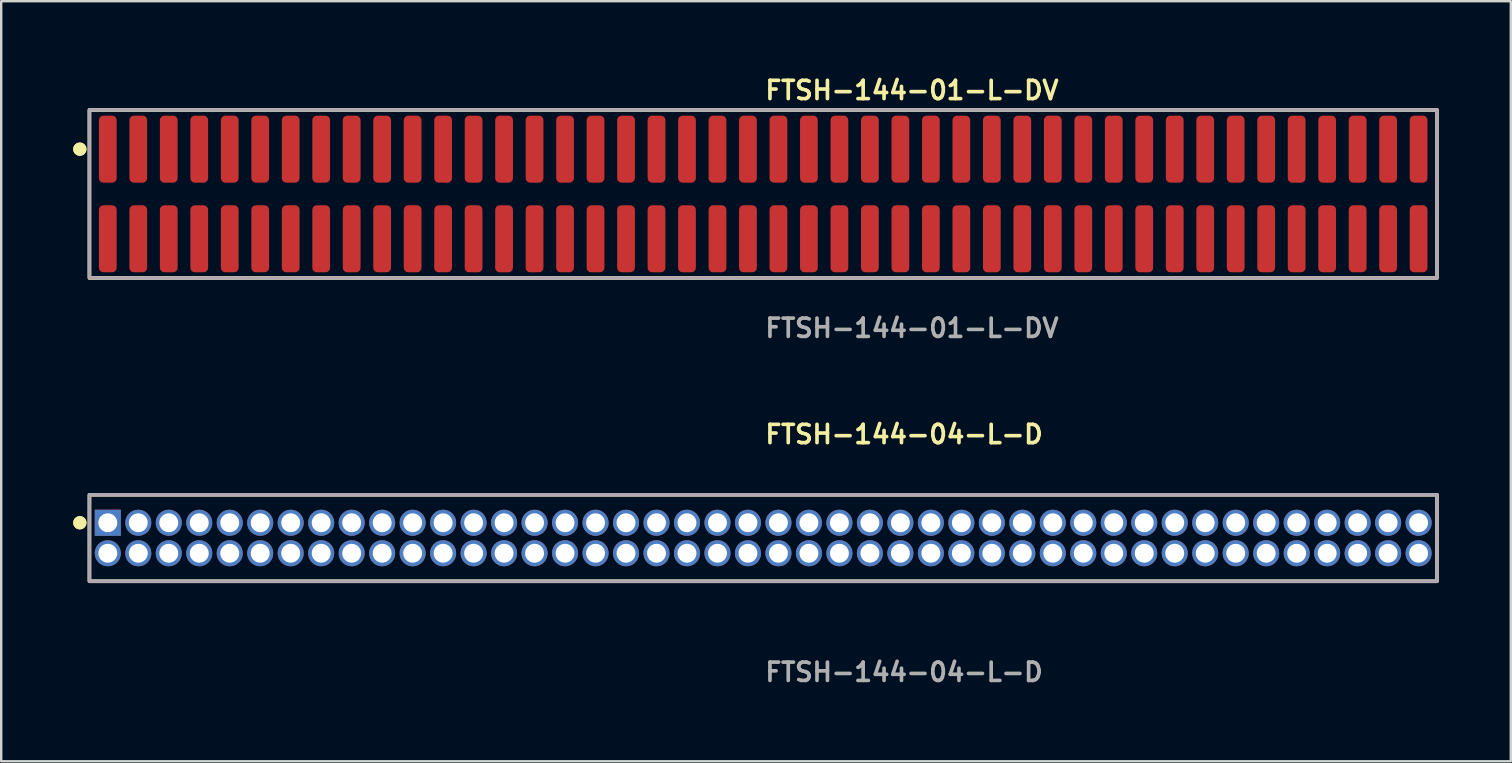
<source format=kicad_pcb>
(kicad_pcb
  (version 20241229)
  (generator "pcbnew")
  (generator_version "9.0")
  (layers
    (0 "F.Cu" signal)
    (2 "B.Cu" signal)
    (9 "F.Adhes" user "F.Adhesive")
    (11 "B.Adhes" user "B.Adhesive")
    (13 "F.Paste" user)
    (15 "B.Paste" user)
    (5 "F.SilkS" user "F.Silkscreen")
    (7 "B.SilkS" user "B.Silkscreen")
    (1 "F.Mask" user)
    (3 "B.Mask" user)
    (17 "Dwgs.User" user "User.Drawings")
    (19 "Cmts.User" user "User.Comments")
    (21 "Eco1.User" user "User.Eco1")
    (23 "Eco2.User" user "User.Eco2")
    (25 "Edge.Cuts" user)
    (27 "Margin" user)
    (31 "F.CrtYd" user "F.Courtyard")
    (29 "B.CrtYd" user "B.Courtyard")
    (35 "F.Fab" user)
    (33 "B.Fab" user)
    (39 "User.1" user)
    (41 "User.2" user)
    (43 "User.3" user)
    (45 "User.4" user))
  (footprint "FTSH-144-01-L-DV"
    (layer "F.Cu")
    (at 28.746 5.031)
    (property "Reference" "FTSH-144-01-L-DV" (at 0 -4.318 0) (unlocked yes) (layer "F.SilkS") (effects (font (size 0.762 0.762) (thickness 0.152)) (justify left)))
    (fp_rect (start -28.07 3.5) (end 28.07 -3.5) (stroke (width 0.152) (type solid)) (fill no) (layer "F.SilkS"))
    (fp_circle (center -28.47 -1.867) (end -28.67 -1.867) (stroke (width 0.152) (type solid)) (fill yes) (layer "F.SilkS"))
    (fp_circle (center -28.47 -1.867) (end -28.67 -1.867) (stroke (width 0.152) (type solid)) (fill yes) (layer "F.SilkS"))
    (fp_rect (start -28.07 3.5) (end 28.07 -3.5) (stroke (width 0.006) (type solid)) (fill no) (layer "F.CrtYd"))
    (fp_rect (start -28.07 3.5) (end 28.07 -3.5) (stroke (width 0.152) (type solid)) (fill no) (layer "F.Fab"))
    (fp_text user "${REFERENCE}" (at 0 5.588 0) (unlocked yes) (layer "F.Fab") (effects (font (size 0.762 0.762) (thickness 0.152)) (justify left)))
    (pad "1" smd roundrect (at -27.305 -1.867) (size 0.74 2.79) (layers "F.Cu" "F.Paste") (roundrect_rratio 0.25))
    (pad "2" smd roundrect (at -27.305 1.867) (size 0.74 2.79) (layers "F.Cu" "F.Paste") (roundrect_rratio 0.25))
    (pad "3" smd roundrect (at -26.035 -1.867) (size 0.74 2.79) (layers "F.Cu" "F.Paste") (roundrect_rratio 0.25))
    (pad "4" smd roundrect (at -26.035 1.867) (size 0.74 2.79) (layers "F.Cu" "F.Paste") (roundrect_rratio 0.25))
    (pad "5" smd roundrect (at -24.765 -1.867) (size 0.74 2.79) (layers "F.Cu" "F.Paste") (roundrect_rratio 0.25))
    (pad "6" smd roundrect (at -24.765 1.867) (size 0.74 2.79) (layers "F.Cu" "F.Paste") (roundrect_rratio 0.25))
    (pad "7" smd roundrect (at -23.495 -1.867) (size 0.74 2.79) (layers "F.Cu" "F.Paste") (roundrect_rratio 0.25))
    (pad "8" smd roundrect (at -23.495 1.867) (size 0.74 2.79) (layers "F.Cu" "F.Paste") (roundrect_rratio 0.25))
    (pad "9" smd roundrect (at -22.225 -1.867) (size 0.74 2.79) (layers "F.Cu" "F.Paste") (roundrect_rratio 0.25))
    (pad "10" smd roundrect (at -22.225 1.867) (size 0.74 2.79) (layers "F.Cu" "F.Paste") (roundrect_rratio 0.25))
    (pad "11" smd roundrect (at -20.955 -1.867) (size 0.74 2.79) (layers "F.Cu" "F.Paste") (roundrect_rratio 0.25))
    (pad "12" smd roundrect (at -20.955 1.867) (size 0.74 2.79) (layers "F.Cu" "F.Paste") (roundrect_rratio 0.25))
    (pad "13" smd roundrect (at -19.685 -1.867) (size 0.74 2.79) (layers "F.Cu" "F.Paste") (roundrect_rratio 0.25))
    (pad "14" smd roundrect (at -19.685 1.867) (size 0.74 2.79) (layers "F.Cu" "F.Paste") (roundrect_rratio 0.25))
    (pad "15" smd roundrect (at -18.415 -1.867) (size 0.74 2.79) (layers "F.Cu" "F.Paste") (roundrect_rratio 0.25))
    (pad "16" smd roundrect (at -18.415 1.867) (size 0.74 2.79) (layers "F.Cu" "F.Paste") (roundrect_rratio 0.25))
    (pad "17" smd roundrect (at -17.145 -1.867) (size 0.74 2.79) (layers "F.Cu" "F.Paste") (roundrect_rratio 0.25))
    (pad "18" smd roundrect (at -17.145 1.867) (size 0.74 2.79) (layers "F.Cu" "F.Paste") (roundrect_rratio 0.25))
    (pad "19" smd roundrect (at -15.875 -1.867) (size 0.74 2.79) (layers "F.Cu" "F.Paste") (roundrect_rratio 0.25))
    (pad "20" smd roundrect (at -15.875 1.867) (size 0.74 2.79) (layers "F.Cu" "F.Paste") (roundrect_rratio 0.25))
    (pad "21" smd roundrect (at -14.605 -1.867) (size 0.74 2.79) (layers "F.Cu" "F.Paste") (roundrect_rratio 0.25))
    (pad "22" smd roundrect (at -14.605 1.867) (size 0.74 2.79) (layers "F.Cu" "F.Paste") (roundrect_rratio 0.25))
    (pad "23" smd roundrect (at -13.335 -1.867) (size 0.74 2.79) (layers "F.Cu" "F.Paste") (roundrect_rratio 0.25))
    (pad "24" smd roundrect (at -13.335 1.867) (size 0.74 2.79) (layers "F.Cu" "F.Paste") (roundrect_rratio 0.25))
    (pad "25" smd roundrect (at -12.065 -1.867) (size 0.74 2.79) (layers "F.Cu" "F.Paste") (roundrect_rratio 0.25))
    (pad "26" smd roundrect (at -12.065 1.867) (size 0.74 2.79) (layers "F.Cu" "F.Paste") (roundrect_rratio 0.25))
    (pad "27" smd roundrect (at -10.795 -1.867) (size 0.74 2.79) (layers "F.Cu" "F.Paste") (roundrect_rratio 0.25))
    (pad "28" smd roundrect (at -10.795 1.867) (size 0.74 2.79) (layers "F.Cu" "F.Paste") (roundrect_rratio 0.25))
    (pad "29" smd roundrect (at -9.525 -1.867) (size 0.74 2.79) (layers "F.Cu" "F.Paste") (roundrect_rratio 0.25))
    (pad "30" smd roundrect (at -9.525 1.867) (size 0.74 2.79) (layers "F.Cu" "F.Paste") (roundrect_rratio 0.25))
    (pad "31" smd roundrect (at -8.255 -1.867) (size 0.74 2.79) (layers "F.Cu" "F.Paste") (roundrect_rratio 0.25))
    (pad "32" smd roundrect (at -8.255 1.867) (size 0.74 2.79) (layers "F.Cu" "F.Paste") (roundrect_rratio 0.25))
    (pad "33" smd roundrect (at -6.985 -1.867) (size 0.74 2.79) (layers "F.Cu" "F.Paste") (roundrect_rratio 0.25))
    (pad "34" smd roundrect (at -6.985 1.867) (size 0.74 2.79) (layers "F.Cu" "F.Paste") (roundrect_rratio 0.25))
    (pad "35" smd roundrect (at -5.715 -1.867) (size 0.74 2.79) (layers "F.Cu" "F.Paste") (roundrect_rratio 0.25))
    (pad "36" smd roundrect (at -5.715 1.867) (size 0.74 2.79) (layers "F.Cu" "F.Paste") (roundrect_rratio 0.25))
    (pad "37" smd roundrect (at -4.445 -1.867) (size 0.74 2.79) (layers "F.Cu" "F.Paste") (roundrect_rratio 0.25))
    (pad "38" smd roundrect (at -4.445 1.867) (size 0.74 2.79) (layers "F.Cu" "F.Paste") (roundrect_rratio 0.25))
    (pad "39" smd roundrect (at -3.175 -1.867) (size 0.74 2.79) (layers "F.Cu" "F.Paste") (roundrect_rratio 0.25))
    (pad "40" smd roundrect (at -3.175 1.867) (size 0.74 2.79) (layers "F.Cu" "F.Paste") (roundrect_rratio 0.25))
    (pad "41" smd roundrect (at -1.905 -1.867) (size 0.74 2.79) (layers "F.Cu" "F.Paste") (roundrect_rratio 0.25))
    (pad "42" smd roundrect (at -1.905 1.867) (size 0.74 2.79) (layers "F.Cu" "F.Paste") (roundrect_rratio 0.25))
    (pad "43" smd roundrect (at -0.635 -1.867) (size 0.74 2.79) (layers "F.Cu" "F.Paste") (roundrect_rratio 0.25))
    (pad "44" smd roundrect (at -0.635 1.867) (size 0.74 2.79) (layers "F.Cu" "F.Paste") (roundrect_rratio 0.25))
    (pad "45" smd roundrect (at 0.635 -1.867) (size 0.74 2.79) (layers "F.Cu" "F.Paste") (roundrect_rratio 0.25))
    (pad "46" smd roundrect (at 0.635 1.867) (size 0.74 2.79) (layers "F.Cu" "F.Paste") (roundrect_rratio 0.25))
    (pad "47" smd roundrect (at 1.905 -1.867) (size 0.74 2.79) (layers "F.Cu" "F.Paste") (roundrect_rratio 0.25))
    (pad "48" smd roundrect (at 1.905 1.867) (size 0.74 2.79) (layers "F.Cu" "F.Paste") (roundrect_rratio 0.25))
    (pad "49" smd roundrect (at 3.175 -1.867) (size 0.74 2.79) (layers "F.Cu" "F.Paste") (roundrect_rratio 0.25))
    (pad "50" smd roundrect (at 3.175 1.867) (size 0.74 2.79) (layers "F.Cu" "F.Paste") (roundrect_rratio 0.25))
    (pad "51" smd roundrect (at 4.445 -1.867) (size 0.74 2.79) (layers "F.Cu" "F.Paste") (roundrect_rratio 0.25))
    (pad "52" smd roundrect (at 4.445 1.867) (size 0.74 2.79) (layers "F.Cu" "F.Paste") (roundrect_rratio 0.25))
    (pad "53" smd roundrect (at 5.715 -1.867) (size 0.74 2.79) (layers "F.Cu" "F.Paste") (roundrect_rratio 0.25))
    (pad "54" smd roundrect (at 5.715 1.867) (size 0.74 2.79) (layers "F.Cu" "F.Paste") (roundrect_rratio 0.25))
    (pad "55" smd roundrect (at 6.985 -1.867) (size 0.74 2.79) (layers "F.Cu" "F.Paste") (roundrect_rratio 0.25))
    (pad "56" smd roundrect (at 6.985 1.867) (size 0.74 2.79) (layers "F.Cu" "F.Paste") (roundrect_rratio 0.25))
    (pad "57" smd roundrect (at 8.255 -1.867) (size 0.74 2.79) (layers "F.Cu" "F.Paste") (roundrect_rratio 0.25))
    (pad "58" smd roundrect (at 8.255 1.867) (size 0.74 2.79) (layers "F.Cu" "F.Paste") (roundrect_rratio 0.25))
    (pad "59" smd roundrect (at 9.525 -1.867) (size 0.74 2.79) (layers "F.Cu" "F.Paste") (roundrect_rratio 0.25))
    (pad "60" smd roundrect (at 9.525 1.867) (size 0.74 2.79) (layers "F.Cu" "F.Paste") (roundrect_rratio 0.25))
    (pad "61" smd roundrect (at 10.795 -1.867) (size 0.74 2.79) (layers "F.Cu" "F.Paste") (roundrect_rratio 0.25))
    (pad "62" smd roundrect (at 10.795 1.867) (size 0.74 2.79) (layers "F.Cu" "F.Paste") (roundrect_rratio 0.25))
    (pad "63" smd roundrect (at 12.065 -1.867) (size 0.74 2.79) (layers "F.Cu" "F.Paste") (roundrect_rratio 0.25))
    (pad "64" smd roundrect (at 12.065 1.867) (size 0.74 2.79) (layers "F.Cu" "F.Paste") (roundrect_rratio 0.25))
    (pad "65" smd roundrect (at 13.335 -1.867) (size 0.74 2.79) (layers "F.Cu" "F.Paste") (roundrect_rratio 0.25))
    (pad "66" smd roundrect (at 13.335 1.867) (size 0.74 2.79) (layers "F.Cu" "F.Paste") (roundrect_rratio 0.25))
    (pad "67" smd roundrect (at 14.605 -1.867) (size 0.74 2.79) (layers "F.Cu" "F.Paste") (roundrect_rratio 0.25))
    (pad "68" smd roundrect (at 14.605 1.867) (size 0.74 2.79) (layers "F.Cu" "F.Paste") (roundrect_rratio 0.25))
    (pad "69" smd roundrect (at 15.875 -1.867) (size 0.74 2.79) (layers "F.Cu" "F.Paste") (roundrect_rratio 0.25))
    (pad "70" smd roundrect (at 15.875 1.867) (size 0.74 2.79) (layers "F.Cu" "F.Paste") (roundrect_rratio 0.25))
    (pad "71" smd roundrect (at 17.145 -1.867) (size 0.74 2.79) (layers "F.Cu" "F.Paste") (roundrect_rratio 0.25))
    (pad "72" smd roundrect (at 17.145 1.867) (size 0.74 2.79) (layers "F.Cu" "F.Paste") (roundrect_rratio 0.25))
    (pad "73" smd roundrect (at 18.415 -1.867) (size 0.74 2.79) (layers "F.Cu" "F.Paste") (roundrect_rratio 0.25))
    (pad "74" smd roundrect (at 18.415 1.867) (size 0.74 2.79) (layers "F.Cu" "F.Paste") (roundrect_rratio 0.25))
    (pad "75" smd roundrect (at 19.685 -1.867) (size 0.74 2.79) (layers "F.Cu" "F.Paste") (roundrect_rratio 0.25))
    (pad "76" smd roundrect (at 19.685 1.867) (size 0.74 2.79) (layers "F.Cu" "F.Paste") (roundrect_rratio 0.25))
    (pad "77" smd roundrect (at 20.955 -1.867) (size 0.74 2.79) (layers "F.Cu" "F.Paste") (roundrect_rratio 0.25))
    (pad "78" smd roundrect (at 20.955 1.867) (size 0.74 2.79) (layers "F.Cu" "F.Paste") (roundrect_rratio 0.25))
    (pad "79" smd roundrect (at 22.225 -1.867) (size 0.74 2.79) (layers "F.Cu" "F.Paste") (roundrect_rratio 0.25))
    (pad "80" smd roundrect (at 22.225 1.867) (size 0.74 2.79) (layers "F.Cu" "F.Paste") (roundrect_rratio 0.25))
    (pad "81" smd roundrect (at 23.495 -1.867) (size 0.74 2.79) (layers "F.Cu" "F.Paste") (roundrect_rratio 0.25))
    (pad "82" smd roundrect (at 23.495 1.867) (size 0.74 2.79) (layers "F.Cu" "F.Paste") (roundrect_rratio 0.25))
    (pad "83" smd roundrect (at 24.765 -1.867) (size 0.74 2.79) (layers "F.Cu" "F.Paste") (roundrect_rratio 0.25))
    (pad "84" smd roundrect (at 24.765 1.867) (size 0.74 2.79) (layers "F.Cu" "F.Paste") (roundrect_rratio 0.25))
    (pad "85" smd roundrect (at 26.035 -1.867) (size 0.74 2.79) (layers "F.Cu" "F.Paste") (roundrect_rratio 0.25))
    (pad "86" smd roundrect (at 26.035 1.867) (size 0.74 2.79) (layers "F.Cu" "F.Paste") (roundrect_rratio 0.25))
    (pad "87" smd roundrect (at 27.305 -1.867) (size 0.74 2.79) (layers "F.Cu" "F.Paste") (roundrect_rratio 0.25))
    (pad "88" smd roundrect (at 27.305 1.867) (size 0.74 2.79) (layers "F.Cu" "F.Paste") (roundrect_rratio 0.25)))
  (footprint "FTSH-144-04-L-D"
    (layer "F.Cu")
    (at 28.746 19.364)
    (property "Reference" "FTSH-144-04-L-D" (at 0 -4.318 0) (unlocked yes) (layer "F.SilkS") (effects (font (size 0.762 0.762) (thickness 0.152)) (justify left)))
    (fp_rect (start -28.07 1.8) (end 28.07 -1.8) (stroke (width 0.152) (type solid)) (fill no) (layer "F.SilkS"))
    (fp_circle (center -28.47 -0.635) (end -28.67 -0.635) (stroke (width 0.152) (type solid)) (fill yes) (layer "F.SilkS"))
    (fp_circle (center -28.47 -0.635) (end -28.67 -0.635) (stroke (width 0.152) (type solid)) (fill yes) (layer "F.SilkS"))
    (fp_rect (start -28.07 1.8) (end 28.07 -1.8) (stroke (width 0.006) (type solid)) (fill no) (layer "F.CrtYd"))
    (fp_rect (start -28.07 1.8) (end 28.07 -1.8) (stroke (width 0.152) (type solid)) (fill no) (layer "F.Fab"))
    (fp_text user "${REFERENCE}" (at 0 5.588 0) (unlocked yes) (layer "F.Fab") (effects (font (size 0.762 0.762) (thickness 0.152)) (justify left)))
    (pad "1" thru_hole rect (at -27.305 -0.635) (size 1.087 1.087) (drill 0.787) (layers "*.Cu" "*.Mask"))
    (pad "2" thru_hole circle (at -27.305 0.635) (size 1.087 1.087) (drill 0.787) (layers "*.Cu" "*.Mask"))
    (pad "3" thru_hole circle (at -26.035 -0.635) (size 1.087 1.087) (drill 0.787) (layers "*.Cu" "*.Mask"))
    (pad "4" thru_hole circle (at -26.035 0.635) (size 1.087 1.087) (drill 0.787) (layers "*.Cu" "*.Mask"))
    (pad "5" thru_hole circle (at -24.765 -0.635) (size 1.087 1.087) (drill 0.787) (layers "*.Cu" "*.Mask"))
    (pad "6" thru_hole circle (at -24.765 0.635) (size 1.087 1.087) (drill 0.787) (layers "*.Cu" "*.Mask"))
    (pad "7" thru_hole circle (at -23.495 -0.635) (size 1.087 1.087) (drill 0.787) (layers "*.Cu" "*.Mask"))
    (pad "8" thru_hole circle (at -23.495 0.635) (size 1.087 1.087) (drill 0.787) (layers "*.Cu" "*.Mask"))
    (pad "9" thru_hole circle (at -22.225 -0.635) (size 1.087 1.087) (drill 0.787) (layers "*.Cu" "*.Mask"))
    (pad "10" thru_hole circle (at -22.225 0.635) (size 1.087 1.087) (drill 0.787) (layers "*.Cu" "*.Mask"))
    (pad "11" thru_hole circle (at -20.955 -0.635) (size 1.087 1.087) (drill 0.787) (layers "*.Cu" "*.Mask"))
    (pad "12" thru_hole circle (at -20.955 0.635) (size 1.087 1.087) (drill 0.787) (layers "*.Cu" "*.Mask"))
    (pad "13" thru_hole circle (at -19.685 -0.635) (size 1.087 1.087) (drill 0.787) (layers "*.Cu" "*.Mask"))
    (pad "14" thru_hole circle (at -19.685 0.635) (size 1.087 1.087) (drill 0.787) (layers "*.Cu" "*.Mask"))
    (pad "15" thru_hole circle (at -18.415 -0.635) (size 1.087 1.087) (drill 0.787) (layers "*.Cu" "*.Mask"))
    (pad "16" thru_hole circle (at -18.415 0.635) (size 1.087 1.087) (drill 0.787) (layers "*.Cu" "*.Mask"))
    (pad "17" thru_hole circle (at -17.145 -0.635) (size 1.087 1.087) (drill 0.787) (layers "*.Cu" "*.Mask"))
    (pad "18" thru_hole circle (at -17.145 0.635) (size 1.087 1.087) (drill 0.787) (layers "*.Cu" "*.Mask"))
    (pad "19" thru_hole circle (at -15.875 -0.635) (size 1.087 1.087) (drill 0.787) (layers "*.Cu" "*.Mask"))
    (pad "20" thru_hole circle (at -15.875 0.635) (size 1.087 1.087) (drill 0.787) (layers "*.Cu" "*.Mask"))
    (pad "21" thru_hole circle (at -14.605 -0.635) (size 1.087 1.087) (drill 0.787) (layers "*.Cu" "*.Mask"))
    (pad "22" thru_hole circle (at -14.605 0.635) (size 1.087 1.087) (drill 0.787) (layers "*.Cu" "*.Mask"))
    (pad "23" thru_hole circle (at -13.335 -0.635) (size 1.087 1.087) (drill 0.787) (layers "*.Cu" "*.Mask"))
    (pad "24" thru_hole circle (at -13.335 0.635) (size 1.087 1.087) (drill 0.787) (layers "*.Cu" "*.Mask"))
    (pad "25" thru_hole circle (at -12.065 -0.635) (size 1.087 1.087) (drill 0.787) (layers "*.Cu" "*.Mask"))
    (pad "26" thru_hole circle (at -12.065 0.635) (size 1.087 1.087) (drill 0.787) (layers "*.Cu" "*.Mask"))
    (pad "27" thru_hole circle (at -10.795 -0.635) (size 1.087 1.087) (drill 0.787) (layers "*.Cu" "*.Mask"))
    (pad "28" thru_hole circle (at -10.795 0.635) (size 1.087 1.087) (drill 0.787) (layers "*.Cu" "*.Mask"))
    (pad "29" thru_hole circle (at -9.525 -0.635) (size 1.087 1.087) (drill 0.787) (layers "*.Cu" "*.Mask"))
    (pad "30" thru_hole circle (at -9.525 0.635) (size 1.087 1.087) (drill 0.787) (layers "*.Cu" "*.Mask"))
    (pad "31" thru_hole circle (at -8.255 -0.635) (size 1.087 1.087) (drill 0.787) (layers "*.Cu" "*.Mask"))
    (pad "32" thru_hole circle (at -8.255 0.635) (size 1.087 1.087) (drill 0.787) (layers "*.Cu" "*.Mask"))
    (pad "33" thru_hole circle (at -6.985 -0.635) (size 1.087 1.087) (drill 0.787) (layers "*.Cu" "*.Mask"))
    (pad "34" thru_hole circle (at -6.985 0.635) (size 1.087 1.087) (drill 0.787) (layers "*.Cu" "*.Mask"))
    (pad "35" thru_hole circle (at -5.715 -0.635) (size 1.087 1.087) (drill 0.787) (layers "*.Cu" "*.Mask"))
    (pad "36" thru_hole circle (at -5.715 0.635) (size 1.087 1.087) (drill 0.787) (layers "*.Cu" "*.Mask"))
    (pad "37" thru_hole circle (at -4.445 -0.635) (size 1.087 1.087) (drill 0.787) (layers "*.Cu" "*.Mask"))
    (pad "38" thru_hole circle (at -4.445 0.635) (size 1.087 1.087) (drill 0.787) (layers "*.Cu" "*.Mask"))
    (pad "39" thru_hole circle (at -3.175 -0.635) (size 1.087 1.087) (drill 0.787) (layers "*.Cu" "*.Mask"))
    (pad "40" thru_hole circle (at -3.175 0.635) (size 1.087 1.087) (drill 0.787) (layers "*.Cu" "*.Mask"))
    (pad "41" thru_hole circle (at -1.905 -0.635) (size 1.087 1.087) (drill 0.787) (layers "*.Cu" "*.Mask"))
    (pad "42" thru_hole circle (at -1.905 0.635) (size 1.087 1.087) (drill 0.787) (layers "*.Cu" "*.Mask"))
    (pad "43" thru_hole circle (at -0.635 -0.635) (size 1.087 1.087) (drill 0.787) (layers "*.Cu" "*.Mask"))
    (pad "44" thru_hole circle (at -0.635 0.635) (size 1.087 1.087) (drill 0.787) (layers "*.Cu" "*.Mask"))
    (pad "45" thru_hole circle (at 0.635 -0.635) (size 1.087 1.087) (drill 0.787) (layers "*.Cu" "*.Mask"))
    (pad "46" thru_hole circle (at 0.635 0.635) (size 1.087 1.087) (drill 0.787) (layers "*.Cu" "*.Mask"))
    (pad "47" thru_hole circle (at 1.905 -0.635) (size 1.087 1.087) (drill 0.787) (layers "*.Cu" "*.Mask"))
    (pad "48" thru_hole circle (at 1.905 0.635) (size 1.087 1.087) (drill 0.787) (layers "*.Cu" "*.Mask"))
    (pad "49" thru_hole circle (at 3.175 -0.635) (size 1.087 1.087) (drill 0.787) (layers "*.Cu" "*.Mask"))
    (pad "50" thru_hole circle (at 3.175 0.635) (size 1.087 1.087) (drill 0.787) (layers "*.Cu" "*.Mask"))
    (pad "51" thru_hole circle (at 4.445 -0.635) (size 1.087 1.087) (drill 0.787) (layers "*.Cu" "*.Mask"))
    (pad "52" thru_hole circle (at 4.445 0.635) (size 1.087 1.087) (drill 0.787) (layers "*.Cu" "*.Mask"))
    (pad "53" thru_hole circle (at 5.715 -0.635) (size 1.087 1.087) (drill 0.787) (layers "*.Cu" "*.Mask"))
    (pad "54" thru_hole circle (at 5.715 0.635) (size 1.087 1.087) (drill 0.787) (layers "*.Cu" "*.Mask"))
    (pad "55" thru_hole circle (at 6.985 -0.635) (size 1.087 1.087) (drill 0.787) (layers "*.Cu" "*.Mask"))
    (pad "56" thru_hole circle (at 6.985 0.635) (size 1.087 1.087) (drill 0.787) (layers "*.Cu" "*.Mask"))
    (pad "57" thru_hole circle (at 8.255 -0.635) (size 1.087 1.087) (drill 0.787) (layers "*.Cu" "*.Mask"))
    (pad "58" thru_hole circle (at 8.255 0.635) (size 1.087 1.087) (drill 0.787) (layers "*.Cu" "*.Mask"))
    (pad "59" thru_hole circle (at 9.525 -0.635) (size 1.087 1.087) (drill 0.787) (layers "*.Cu" "*.Mask"))
    (pad "60" thru_hole circle (at 9.525 0.635) (size 1.087 1.087) (drill 0.787) (layers "*.Cu" "*.Mask"))
    (pad "61" thru_hole circle (at 10.795 -0.635) (size 1.087 1.087) (drill 0.787) (layers "*.Cu" "*.Mask"))
    (pad "62" thru_hole circle (at 10.795 0.635) (size 1.087 1.087) (drill 0.787) (layers "*.Cu" "*.Mask"))
    (pad "63" thru_hole circle (at 12.065 -0.635) (size 1.087 1.087) (drill 0.787) (layers "*.Cu" "*.Mask"))
    (pad "64" thru_hole circle (at 12.065 0.635) (size 1.087 1.087) (drill 0.787) (layers "*.Cu" "*.Mask"))
    (pad "65" thru_hole circle (at 13.335 -0.635) (size 1.087 1.087) (drill 0.787) (layers "*.Cu" "*.Mask"))
    (pad "66" thru_hole circle (at 13.335 0.635) (size 1.087 1.087) (drill 0.787) (layers "*.Cu" "*.Mask"))
    (pad "67" thru_hole circle (at 14.605 -0.635) (size 1.087 1.087) (drill 0.787) (layers "*.Cu" "*.Mask"))
    (pad "68" thru_hole circle (at 14.605 0.635) (size 1.087 1.087) (drill 0.787) (layers "*.Cu" "*.Mask"))
    (pad "69" thru_hole circle (at 15.875 -0.635) (size 1.087 1.087) (drill 0.787) (layers "*.Cu" "*.Mask"))
    (pad "70" thru_hole circle (at 15.875 0.635) (size 1.087 1.087) (drill 0.787) (layers "*.Cu" "*.Mask"))
    (pad "71" thru_hole circle (at 17.145 -0.635) (size 1.087 1.087) (drill 0.787) (layers "*.Cu" "*.Mask"))
    (pad "72" thru_hole circle (at 17.145 0.635) (size 1.087 1.087) (drill 0.787) (layers "*.Cu" "*.Mask"))
    (pad "73" thru_hole circle (at 18.415 -0.635) (size 1.087 1.087) (drill 0.787) (layers "*.Cu" "*.Mask"))
    (pad "74" thru_hole circle (at 18.415 0.635) (size 1.087 1.087) (drill 0.787) (layers "*.Cu" "*.Mask"))
    (pad "75" thru_hole circle (at 19.685 -0.635) (size 1.087 1.087) (drill 0.787) (layers "*.Cu" "*.Mask"))
    (pad "76" thru_hole circle (at 19.685 0.635) (size 1.087 1.087) (drill 0.787) (layers "*.Cu" "*.Mask"))
    (pad "77" thru_hole circle (at 20.955 -0.635) (size 1.087 1.087) (drill 0.787) (layers "*.Cu" "*.Mask"))
    (pad "78" thru_hole circle (at 20.955 0.635) (size 1.087 1.087) (drill 0.787) (layers "*.Cu" "*.Mask"))
    (pad "79" thru_hole circle (at 22.225 -0.635) (size 1.087 1.087) (drill 0.787) (layers "*.Cu" "*.Mask"))
    (pad "80" thru_hole circle (at 22.225 0.635) (size 1.087 1.087) (drill 0.787) (layers "*.Cu" "*.Mask"))
    (pad "81" thru_hole circle (at 23.495 -0.635) (size 1.087 1.087) (drill 0.787) (layers "*.Cu" "*.Mask"))
    (pad "82" thru_hole circle (at 23.495 0.635) (size 1.087 1.087) (drill 0.787) (layers "*.Cu" "*.Mask"))
    (pad "83" thru_hole circle (at 24.765 -0.635) (size 1.087 1.087) (drill 0.787) (layers "*.Cu" "*.Mask"))
    (pad "84" thru_hole circle (at 24.765 0.635) (size 1.087 1.087) (drill 0.787) (layers "*.Cu" "*.Mask"))
    (pad "85" thru_hole circle (at 26.035 -0.635) (size 1.087 1.087) (drill 0.787) (layers "*.Cu" "*.Mask"))
    (pad "86" thru_hole circle (at 26.035 0.635) (size 1.087 1.087) (drill 0.787) (layers "*.Cu" "*.Mask"))
    (pad "87" thru_hole circle (at 27.305 -0.635) (size 1.087 1.087) (drill 0.787) (layers "*.Cu" "*.Mask"))
    (pad "88" thru_hole circle (at 27.305 0.635) (size 1.087 1.087) (drill 0.787) (layers "*.Cu" "*.Mask")))
  (gr_rect
    (start -3 -3)
    (end 59.892 28.665)
    (stroke (width 0.1) (type default))
    (fill no)
    (layer "Edge.Cuts")))
</source>
